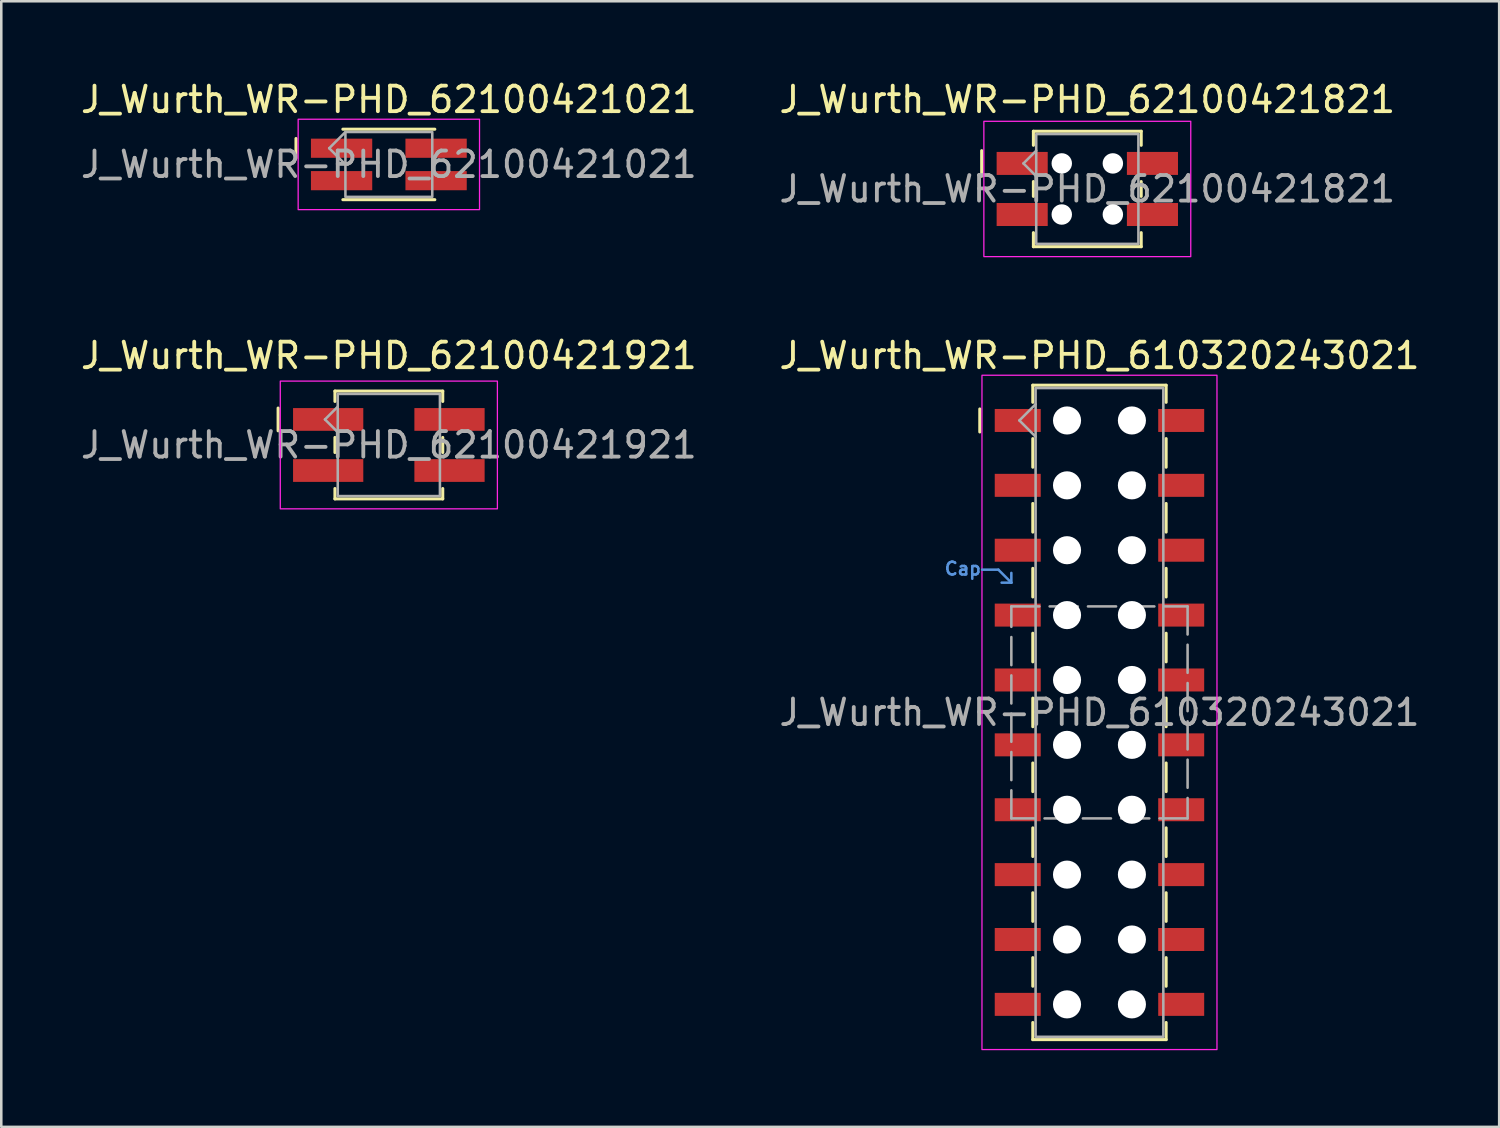
<source format=kicad_pcb>
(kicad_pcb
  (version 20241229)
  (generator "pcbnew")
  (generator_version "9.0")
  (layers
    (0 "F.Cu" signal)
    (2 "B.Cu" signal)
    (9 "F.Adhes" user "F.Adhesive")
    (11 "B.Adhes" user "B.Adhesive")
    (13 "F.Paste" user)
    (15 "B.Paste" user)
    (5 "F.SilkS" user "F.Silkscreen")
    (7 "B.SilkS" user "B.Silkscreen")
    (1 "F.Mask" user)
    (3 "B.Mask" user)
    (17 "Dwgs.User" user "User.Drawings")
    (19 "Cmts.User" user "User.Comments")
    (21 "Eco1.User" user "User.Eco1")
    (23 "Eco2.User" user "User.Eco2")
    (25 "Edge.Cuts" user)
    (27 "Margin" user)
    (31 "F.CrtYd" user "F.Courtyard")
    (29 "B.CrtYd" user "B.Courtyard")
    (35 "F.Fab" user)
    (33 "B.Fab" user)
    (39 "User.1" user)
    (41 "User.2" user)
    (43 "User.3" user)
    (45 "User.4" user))
  (footprint "J_Wurth_WR-PHD_62100421921"
    (layer "F.Cu")
    (at 12.173 14.371)
    (property "Reference" "J_Wurth_WR-PHD_62100421921" (at 0 -3.5 0) (unlocked yes) (layer "F.SilkS") (effects (font (size 1 1) (thickness 0.15))))
    (attr smd)
    (fp_line (start -4.335 -1.445) (end -4.335 -0.555) (stroke (width 0.12) (type solid)) (layer "F.SilkS"))
    (fp_line (start -2.11 -2.11) (end -2.11 -1.705) (stroke (width 0.12) (type solid)) (layer "F.SilkS"))
    (fp_line (start -2.11 -0.295) (end -2.11 0.295) (stroke (width 0.12) (type solid)) (layer "F.SilkS"))
    (fp_line (start -2.11 1.705) (end -2.11 2.11) (stroke (width 0.12) (type solid)) (layer "F.SilkS"))
    (fp_line (start 2.11 -2.11) (end -2.11 -2.11) (stroke (width 0.12) (type solid)) (layer "F.SilkS"))
    (fp_line (start 2.11 -2.11) (end 2.11 -1.705) (stroke (width 0.12) (type solid)) (layer "F.SilkS"))
    (fp_line (start 2.11 -0.295) (end 2.11 0.295) (stroke (width 0.12) (type solid)) (layer "F.SilkS"))
    (fp_line (start 2.11 1.705) (end 2.11 2.11) (stroke (width 0.12) (type solid)) (layer "F.SilkS"))
    (fp_line (start 2.11 2.11) (end -2.11 2.11) (stroke (width 0.12) (type solid)) (layer "F.SilkS"))
    (fp_rect (start -4.25 -2.5) (end 4.25 2.5) (stroke (width 0.05) (type solid)) (fill no) (layer "F.CrtYd"))
    (fp_line (start -2.5 -1) (end -2 -0.5) (stroke (width 0.1) (type default)) (layer "F.Fab"))
    (fp_line (start -2 -1.5) (end -2.5 -1) (stroke (width 0.1) (type default)) (layer "F.Fab"))
    (fp_rect (start -2 -2) (end 2 2) (stroke (width 0.1) (type solid)) (fill no) (layer "F.Fab"))
    (fp_text user "${REFERENCE}" (at 0 0 0) (unlocked yes) (layer "F.Fab") (effects (font (size 1 1) (thickness 0.15))))
    (pad "1" smd rect (at -2.375 -1 270) (size 0.89 2.75) (layers "F.Cu" "F.Mask" "F.Paste"))
    (pad "2" smd rect (at 2.375 -1 270) (size 0.89 2.75) (layers "F.Cu" "F.Mask" "F.Paste"))
    (pad "3" smd rect (at -2.375 1 270) (size 0.89 2.75) (layers "F.Cu" "F.Mask" "F.Paste"))
    (pad "4" smd rect (at 2.375 1 270) (size 0.89 2.75) (layers "F.Cu" "F.Mask" "F.Paste")))
  (footprint "J_Wurth_WR-PHD_62100421021"
    (layer "F.Cu")
    (at 12.173 3.388)
    (property "Reference" "J_Wurth_WR-PHD_62100421021" (at 0 -2.54 0) (unlocked yes) (layer "F.SilkS") (effects (font (size 1 1) (thickness 0.15))))
    (attr smd)
    (fp_line (start -3.635 -1.015) (end -3.635 -0.255) (stroke (width 0.12) (type solid)) (layer "F.SilkS"))
    (fp_line (start 1.8 -1.38) (end -1.8 -1.38) (stroke (width 0.12) (type solid)) (layer "F.SilkS"))
    (fp_line (start 1.8 1.38) (end -1.8 1.38) (stroke (width 0.12) (type solid)) (layer "F.SilkS"))
    (fp_rect (start -3.55 -1.77) (end 3.55 1.77) (stroke (width 0.05) (type solid)) (fill no) (layer "F.CrtYd"))
    (fp_line (start -2.335 -0.635) (end -1.7 0) (stroke (width 0.1) (type default)) (layer "F.Fab"))
    (fp_line (start -1.7 -1.27) (end -2.335 -0.635) (stroke (width 0.1) (type default)) (layer "F.Fab"))
    (fp_rect (start -1.7 -1.27) (end 1.7 1.27) (stroke (width 0.1) (type solid)) (fill no) (layer "F.Fab"))
    (fp_text user "${REFERENCE}" (at 0 0 0) (unlocked yes) (layer "F.Fab") (effects (font (size 1 1) (thickness 0.15))))
    (pad "1" smd rect (at -1.85 -0.635 270) (size 0.75 2.4) (layers "F.Cu" "F.Mask" "F.Paste"))
    (pad "2" smd rect (at 1.85 -0.635 270) (size 0.75 2.4) (layers "F.Cu" "F.Mask" "F.Paste"))
    (pad "3" smd rect (at -1.85 0.635 270) (size 0.75 2.4) (layers "F.Cu" "F.Mask" "F.Paste"))
    (pad "4" smd rect (at 1.85 0.635 270) (size 0.75 2.4) (layers "F.Cu" "F.Mask" "F.Paste")))
  (footprint "J_Wurth_WR-PHD_610320243021"
    (layer "F.Cu")
    (at 39.994 24.841)
    (property "Reference" "J_Wurth_WR-PHD_610320243021" (at 0 -13.97 0) (unlocked yes) (layer "F.SilkS") (effects (font (size 1 1) (thickness 0.15))))
    (attr smd)
    (fp_line (start -4.685 -11.88) (end -4.685 -10.98) (stroke (width 0.12) (type solid)) (layer "F.SilkS"))
    (fp_line (start -2.61 -12.81) (end -2.61 -12.14) (stroke (width 0.12) (type solid)) (layer "F.SilkS"))
    (fp_line (start -2.61 -10.72) (end -2.61 -9.6) (stroke (width 0.12) (type solid)) (layer "F.SilkS"))
    (fp_line (start -2.61 -8.18) (end -2.61 -7.06) (stroke (width 0.12) (type solid)) (layer "F.SilkS"))
    (fp_line (start -2.61 -5.64) (end -2.61 -4.52) (stroke (width 0.12) (type solid)) (layer "F.SilkS"))
    (fp_line (start -2.61 -3.1) (end -2.61 -1.98) (stroke (width 0.12) (type solid)) (layer "F.SilkS"))
    (fp_line (start -2.61 -0.56) (end -2.61 0.56) (stroke (width 0.12) (type solid)) (layer "F.SilkS"))
    (fp_line (start -2.61 1.98) (end -2.61 3.1) (stroke (width 0.12) (type solid)) (layer "F.SilkS"))
    (fp_line (start -2.61 4.52) (end -2.61 5.64) (stroke (width 0.12) (type solid)) (layer "F.SilkS"))
    (fp_line (start -2.61 7.06) (end -2.61 8.18) (stroke (width 0.12) (type solid)) (layer "F.SilkS"))
    (fp_line (start -2.61 9.6) (end -2.61 10.72) (stroke (width 0.12) (type solid)) (layer "F.SilkS"))
    (fp_line (start -2.61 12.14) (end -2.61 12.81) (stroke (width 0.12) (type solid)) (layer "F.SilkS"))
    (fp_line (start 2.61 -12.81) (end -2.61 -12.81) (stroke (width 0.12) (type solid)) (layer "F.SilkS"))
    (fp_line (start 2.61 -12.81) (end 2.61 -12.14) (stroke (width 0.12) (type solid)) (layer "F.SilkS"))
    (fp_line (start 2.61 -10.72) (end 2.61 -9.6) (stroke (width 0.12) (type solid)) (layer "F.SilkS"))
    (fp_line (start 2.61 -8.18) (end 2.61 -7.06) (stroke (width 0.12) (type solid)) (layer "F.SilkS"))
    (fp_line (start 2.61 -5.64) (end 2.61 -4.52) (stroke (width 0.12) (type solid)) (layer "F.SilkS"))
    (fp_line (start 2.61 -3.1) (end 2.61 -1.98) (stroke (width 0.12) (type solid)) (layer "F.SilkS"))
    (fp_line (start 2.61 -0.56) (end 2.61 0.56) (stroke (width 0.12) (type solid)) (layer "F.SilkS"))
    (fp_line (start 2.61 1.98) (end 2.61 3.1) (stroke (width 0.12) (type solid)) (layer "F.SilkS"))
    (fp_line (start 2.61 4.52) (end 2.61 5.64) (stroke (width 0.12) (type solid)) (layer "F.SilkS"))
    (fp_line (start 2.61 7.06) (end 2.61 8.18) (stroke (width 0.12) (type solid)) (layer "F.SilkS"))
    (fp_line (start 2.61 9.6) (end 2.61 10.72) (stroke (width 0.12) (type solid)) (layer "F.SilkS"))
    (fp_line (start 2.61 12.14) (end 2.61 12.81) (stroke (width 0.12) (type solid)) (layer "F.SilkS"))
    (fp_line (start 2.61 12.81) (end -2.61 12.81) (stroke (width 0.12) (type solid)) (layer "F.SilkS"))
    (fp_line (start -4.593 -5.588) (end -3.958 -5.588) (stroke (width 0.1) (type default)) (layer "Cmts.User"))
    (fp_line (start -3.958 -5.588) (end -3.45 -5.08) (stroke (width 0.1) (type default)) (layer "Cmts.User"))
    (fp_line (start -3.45 -5.08) (end -3.831 -5.08) (stroke (width 0.1) (type default)) (layer "Cmts.User"))
    (fp_line (start -3.45 -5.08) (end -3.45 -5.461) (stroke (width 0.1) (type default)) (layer "Cmts.User"))
    (fp_rect (start -4.6 -13.2) (end 4.6 13.2) (stroke (width 0.05) (type solid)) (fill no) (layer "F.CrtYd"))
    (fp_line (start -3.135 -11.43) (end -2.5 -12.065) (stroke (width 0.1) (type default)) (layer "F.Fab"))
    (fp_line (start -2.5 -10.795) (end -3.135 -11.43) (stroke (width 0.1) (type default)) (layer "F.Fab"))
    (fp_rect (start -3.45 -4.15) (end 3.45 4.15) (stroke (width 0.1) (type dash)) (fill no) (layer "F.Fab"))
    (fp_rect (start -2.5 -12.7) (end 2.5 12.7) (stroke (width 0.1) (type solid)) (fill no) (layer "F.Fab"))
    (fp_text user "Cap" (at -6.117 -5.334 0) (unlocked yes) (layer "Cmts.User") (effects (font (size 0.5 0.5) (thickness 0.1) (bold yes)) (justify left bottom)))
    (fp_text user "${REFERENCE}" (at 0 0 0) (unlocked yes) (layer "F.Fab") (effects (font (size 1 1) (thickness 0.15))))
    (pad "" np_thru_hole circle (at -1.27 -11.43 270) (size 1.1 1.1) (drill 1.1) (layers "*.Cu" "*.Mask"))
    (pad "" np_thru_hole circle (at -1.27 -8.89 270) (size 1.1 1.1) (drill 1.1) (layers "*.Cu" "*.Mask"))
    (pad "" np_thru_hole circle (at -1.27 -6.35 270) (size 1.1 1.1) (drill 1.1) (layers "*.Cu" "*.Mask"))
    (pad "" np_thru_hole circle (at -1.27 -3.81 270) (size 1.1 1.1) (drill 1.1) (layers "*.Cu" "*.Mask"))
    (pad "" np_thru_hole circle (at -1.27 -1.27 270) (size 1.1 1.1) (drill 1.1) (layers "*.Cu" "*.Mask"))
    (pad "" np_thru_hole circle (at -1.27 1.27 270) (size 1.1 1.1) (drill 1.1) (layers "*.Cu" "*.Mask"))
    (pad "" np_thru_hole circle (at -1.27 3.81 270) (size 1.1 1.1) (drill 1.1) (layers "*.Cu" "*.Mask"))
    (pad "" np_thru_hole circle (at -1.27 6.35 270) (size 1.1 1.1) (drill 1.1) (layers "*.Cu" "*.Mask"))
    (pad "" np_thru_hole circle (at -1.27 8.89 270) (size 1.1 1.1) (drill 1.1) (layers "*.Cu" "*.Mask"))
    (pad "" np_thru_hole circle (at -1.27 11.43 270) (size 1.1 1.1) (drill 1.1) (layers "*.Cu" "*.Mask"))
    (pad "" np_thru_hole circle (at 1.27 -11.43 270) (size 1.1 1.1) (drill 1.1) (layers "*.Cu" "*.Mask"))
    (pad "" np_thru_hole circle (at 1.27 -8.89 270) (size 1.1 1.1) (drill 1.1) (layers "*.Cu" "*.Mask"))
    (pad "" np_thru_hole circle (at 1.27 -6.35 270) (size 1.1 1.1) (drill 1.1) (layers "*.Cu" "*.Mask"))
    (pad "" np_thru_hole circle (at 1.27 -3.81 270) (size 1.1 1.1) (drill 1.1) (layers "*.Cu" "*.Mask"))
    (pad "" np_thru_hole circle (at 1.27 -1.27 270) (size 1.1 1.1) (drill 1.1) (layers "*.Cu" "*.Mask"))
    (pad "" np_thru_hole circle (at 1.27 1.27 270) (size 1.1 1.1) (drill 1.1) (layers "*.Cu" "*.Mask"))
    (pad "" np_thru_hole circle (at 1.27 3.81 270) (size 1.1 1.1) (drill 1.1) (layers "*.Cu" "*.Mask"))
    (pad "" np_thru_hole circle (at 1.27 6.35 270) (size 1.1 1.1) (drill 1.1) (layers "*.Cu" "*.Mask"))
    (pad "" np_thru_hole circle (at 1.27 8.89 270) (size 1.1 1.1) (drill 1.1) (layers "*.Cu" "*.Mask"))
    (pad "" np_thru_hole circle (at 1.27 11.43 270) (size 1.1 1.1) (drill 1.1) (layers "*.Cu" "*.Mask"))
    (pad "1" smd rect (at -3.2 -11.43 270) (size 0.9 1.8) (layers "F.Cu" "F.Mask" "F.Paste"))
    (pad "2" smd rect (at 3.2 -11.43 270) (size 0.9 1.8) (layers "F.Cu" "F.Mask" "F.Paste"))
    (pad "3" smd rect (at -3.2 -8.89 270) (size 0.9 1.8) (layers "F.Cu" "F.Mask" "F.Paste"))
    (pad "4" smd rect (at 3.2 -8.89 270) (size 0.9 1.8) (layers "F.Cu" "F.Mask" "F.Paste"))
    (pad "5" smd rect (at -3.2 -6.35 270) (size 0.9 1.8) (layers "F.Cu" "F.Mask" "F.Paste"))
    (pad "6" smd rect (at 3.2 -6.35 270) (size 0.9 1.8) (layers "F.Cu" "F.Mask" "F.Paste"))
    (pad "7" smd rect (at -3.2 -3.81 270) (size 0.9 1.8) (layers "F.Cu" "F.Mask" "F.Paste"))
    (pad "8" smd rect (at 3.2 -3.81 270) (size 0.9 1.8) (layers "F.Cu" "F.Mask" "F.Paste"))
    (pad "9" smd rect (at -3.2 -1.27 270) (size 0.9 1.8) (layers "F.Cu" "F.Mask" "F.Paste"))
    (pad "10" smd rect (at 3.2 -1.27 270) (size 0.9 1.8) (layers "F.Cu" "F.Mask" "F.Paste"))
    (pad "11" smd rect (at -3.2 1.27 270) (size 0.9 1.8) (layers "F.Cu" "F.Mask" "F.Paste"))
    (pad "12" smd rect (at 3.2 1.27 270) (size 0.9 1.8) (layers "F.Cu" "F.Mask" "F.Paste"))
    (pad "13" smd rect (at -3.2 3.81 270) (size 0.9 1.8) (layers "F.Cu" "F.Mask" "F.Paste"))
    (pad "14" smd rect (at 3.2 3.81 270) (size 0.9 1.8) (layers "F.Cu" "F.Mask" "F.Paste"))
    (pad "15" smd rect (at -3.2 6.35 270) (size 0.9 1.8) (layers "F.Cu" "F.Mask" "F.Paste"))
    (pad "16" smd rect (at 3.2 6.35 270) (size 0.9 1.8) (layers "F.Cu" "F.Mask" "F.Paste"))
    (pad "17" smd rect (at -3.2 8.89 270) (size 0.9 1.8) (layers "F.Cu" "F.Mask" "F.Paste"))
    (pad "18" smd rect (at 3.2 8.89 270) (size 0.9 1.8) (layers "F.Cu" "F.Mask" "F.Paste"))
    (pad "19" smd rect (at -3.2 11.43 270) (size 0.9 1.8) (layers "F.Cu" "F.Mask" "F.Paste"))
    (pad "20" smd rect (at 3.2 11.43 270) (size 0.9 1.8) (layers "F.Cu" "F.Mask" "F.Paste")))
  (footprint "J_Wurth_WR-PHD_62100421821"
    (layer "F.Cu")
    (at 39.518 4.348)
    (property "Reference" "J_Wurth_WR-PHD_62100421821" (at 0 -3.5 0) (unlocked yes) (layer "F.SilkS") (effects (font (size 1 1) (thickness 0.15))))
    (attr smd)
    (fp_line (start -4.135 -1.5) (end -4.135 -0.5) (stroke (width 0.12) (type solid)) (layer "F.SilkS"))
    (fp_line (start -2.11 -2.26) (end -2.11 -1.71) (stroke (width 0.12) (type solid)) (layer "F.SilkS"))
    (fp_line (start -2.11 -0.29) (end -2.11 0.29) (stroke (width 0.12) (type solid)) (layer "F.SilkS"))
    (fp_line (start -2.11 1.71) (end -2.11 2.26) (stroke (width 0.12) (type solid)) (layer "F.SilkS"))
    (fp_line (start -2.11 2.26) (end 2.11 2.26) (stroke (width 0.12) (type solid)) (layer "F.SilkS"))
    (fp_line (start 2.11 -2.26) (end -2.11 -2.26) (stroke (width 0.12) (type solid)) (layer "F.SilkS"))
    (fp_line (start 2.11 -2.26) (end 2.11 -1.71) (stroke (width 0.12) (type solid)) (layer "F.SilkS"))
    (fp_line (start 2.11 -0.29) (end 2.11 0.29) (stroke (width 0.12) (type solid)) (layer "F.SilkS"))
    (fp_line (start 2.11 1.71) (end 2.11 2.26) (stroke (width 0.12) (type solid)) (layer "F.SilkS"))
    (fp_rect (start -4.05 -2.65) (end 4.05 2.65) (stroke (width 0.05) (type solid)) (fill no) (layer "F.CrtYd"))
    (fp_line (start -2.5 -1) (end -2 -0.5) (stroke (width 0.1) (type default)) (layer "F.Fab"))
    (fp_line (start -2 -1.5) (end -2.5 -1) (stroke (width 0.1) (type default)) (layer "F.Fab"))
    (fp_rect (start -2 -2.15) (end 2 2.15) (stroke (width 0.1) (type solid)) (fill no) (layer "F.Fab"))
    (fp_text user "${REFERENCE}" (at 0 0 0) (unlocked yes) (layer "F.Fab") (effects (font (size 1 1) (thickness 0.15))))
    (pad "" np_thru_hole circle (at -1 -1 270) (size 0.8 0.8) (drill 0.8) (layers "*.Cu" "*.Mask"))
    (pad "" np_thru_hole circle (at -1 1 270) (size 0.8 0.8) (drill 0.8) (layers "*.Cu" "*.Mask"))
    (pad "" np_thru_hole circle (at 1 -1 270) (size 0.8 0.8) (drill 0.8) (layers "*.Cu" "*.Mask"))
    (pad "" np_thru_hole circle (at 1 1 270) (size 0.8 0.8) (drill 0.8) (layers "*.Cu" "*.Mask"))
    (pad "1" smd rect (at -2.55 -1 270) (size 0.9 2) (layers "F.Cu" "F.Mask" "F.Paste"))
    (pad "2" smd rect (at 2.55 -1 270) (size 0.9 2) (layers "F.Cu" "F.Mask" "F.Paste"))
    (pad "3" smd rect (at -2.55 1 270) (size 0.9 2) (layers "F.Cu" "F.Mask" "F.Paste"))
    (pad "4" smd rect (at 2.55 1 270) (size 0.9 2) (layers "F.Cu" "F.Mask" "F.Paste")))
  (gr_rect
    (start -3 -3)
    (end 55.643 41.066)
    (stroke (width 0.1) (type default))
    (fill no)
    (layer "Edge.Cuts")))
</source>
